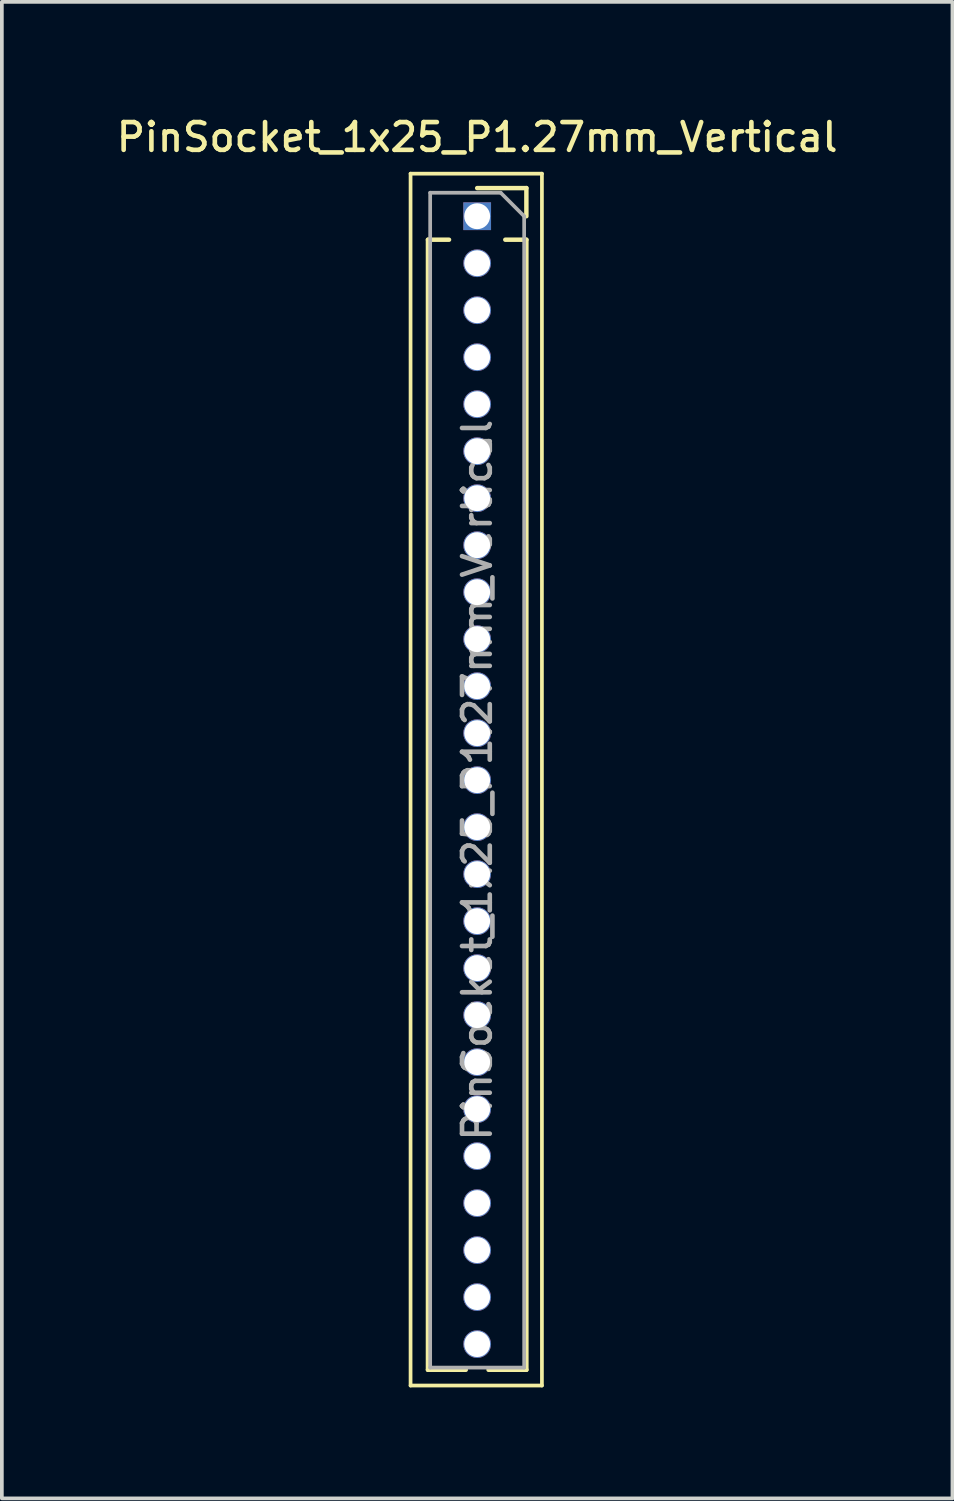
<source format=kicad_pcb>
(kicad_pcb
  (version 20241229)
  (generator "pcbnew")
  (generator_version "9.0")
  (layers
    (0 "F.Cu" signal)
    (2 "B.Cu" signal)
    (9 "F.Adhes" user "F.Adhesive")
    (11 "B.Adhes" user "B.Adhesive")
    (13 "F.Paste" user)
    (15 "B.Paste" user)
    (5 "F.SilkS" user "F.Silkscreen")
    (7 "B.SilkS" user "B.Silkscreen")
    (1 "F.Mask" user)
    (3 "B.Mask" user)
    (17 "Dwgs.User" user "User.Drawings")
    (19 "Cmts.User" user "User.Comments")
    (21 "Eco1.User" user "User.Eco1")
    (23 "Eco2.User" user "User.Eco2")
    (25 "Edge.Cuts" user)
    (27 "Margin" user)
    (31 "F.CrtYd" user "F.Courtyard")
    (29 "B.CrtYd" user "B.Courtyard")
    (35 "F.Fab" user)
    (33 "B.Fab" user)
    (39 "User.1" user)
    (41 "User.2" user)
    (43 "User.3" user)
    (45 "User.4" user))
  (footprint "PinSocket_1x25_P1.27mm_Vertical"
    (layer "F.Cu")
    (at 9.845 2.793)
    (property "Reference" "PinSocket_1x25_P1.27mm_Vertical" (at 0 -2.135 0) (layer "F.SilkS") (effects (font (size 0.75 0.75) (thickness 0.125))))
    (attr through_hole)
    (fp_line (start -1.8 -1.15) (end 1.75 -1.15) (stroke (width 0.1) (type solid)) (layer "F.SilkS"))
    (fp_line (start -1.8 31.6) (end -1.8 -1.15) (stroke (width 0.1) (type solid)) (layer "F.SilkS"))
    (fp_line (start -1.33 0.635) (end -1.33 31.175) (stroke (width 0.12) (type solid)) (layer "F.SilkS"))
    (fp_line (start -1.33 0.635) (end -0.76 0.635) (stroke (width 0.12) (type solid)) (layer "F.SilkS"))
    (fp_line (start -1.33 31.175) (end -0.308 31.175) (stroke (width 0.12) (type solid)) (layer "F.SilkS"))
    (fp_line (start 0 -0.76) (end 1.33 -0.76) (stroke (width 0.12) (type solid)) (layer "F.SilkS"))
    (fp_line (start 0.308 31.175) (end 1.33 31.175) (stroke (width 0.12) (type solid)) (layer "F.SilkS"))
    (fp_line (start 0.76 0.635) (end 1.33 0.635) (stroke (width 0.12) (type solid)) (layer "F.SilkS"))
    (fp_line (start 1.33 -0.76) (end 1.33 0) (stroke (width 0.12) (type solid)) (layer "F.SilkS"))
    (fp_line (start 1.33 0.635) (end 1.33 31.175) (stroke (width 0.12) (type solid)) (layer "F.SilkS"))
    (fp_line (start 1.75 -1.15) (end 1.75 31.6) (stroke (width 0.1) (type solid)) (layer "F.SilkS"))
    (fp_line (start 1.75 31.6) (end -1.8 31.6) (stroke (width 0.1) (type solid)) (layer "F.SilkS"))
    (fp_line (start -1.27 -0.635) (end 0.635 -0.635) (stroke (width 0.1) (type solid)) (layer "F.Fab"))
    (fp_line (start -1.27 31.115) (end -1.27 -0.635) (stroke (width 0.1) (type solid)) (layer "F.Fab"))
    (fp_line (start 0.635 -0.635) (end 1.27 0) (stroke (width 0.1) (type solid)) (layer "F.Fab"))
    (fp_line (start 1.27 0) (end 1.27 31.115) (stroke (width 0.1) (type solid)) (layer "F.Fab"))
    (fp_line (start 1.27 31.115) (end -1.27 31.115) (stroke (width 0.1) (type solid)) (layer "F.Fab"))
    (fp_text user "${REFERENCE}" (at 0 15.24 90) (layer "F.Fab") (effects (font (size 0.75 0.75) (thickness 0.125))))
    (pad "1" thru_hole rect (at 0 0) (size 0.75 0.75) (drill 0.7) (layers "*.Cu" "*.Mask"))
    (pad "2" thru_hole oval (at 0 1.27) (size 0.75 0.75) (drill 0.7) (layers "*.Cu" "*.Mask"))
    (pad "3" thru_hole oval (at 0 2.54) (size 0.75 0.75) (drill 0.7) (layers "*.Cu" "*.Mask"))
    (pad "4" thru_hole oval (at 0 3.81) (size 0.75 0.75) (drill 0.7) (layers "*.Cu" "*.Mask"))
    (pad "5" thru_hole oval (at 0 5.08) (size 0.75 0.75) (drill 0.7) (layers "*.Cu" "*.Mask"))
    (pad "6" thru_hole oval (at 0 6.35) (size 0.75 0.75) (drill 0.7) (layers "*.Cu" "*.Mask"))
    (pad "7" thru_hole oval (at 0 7.62) (size 0.75 0.75) (drill 0.7) (layers "*.Cu" "*.Mask"))
    (pad "8" thru_hole oval (at 0 8.89) (size 0.75 0.75) (drill 0.7) (layers "*.Cu" "*.Mask"))
    (pad "9" thru_hole oval (at 0 10.16) (size 0.75 0.75) (drill 0.7) (layers "*.Cu" "*.Mask"))
    (pad "10" thru_hole oval (at 0 11.43) (size 0.75 0.75) (drill 0.7) (layers "*.Cu" "*.Mask"))
    (pad "11" thru_hole oval (at 0 12.7) (size 0.75 0.75) (drill 0.7) (layers "*.Cu" "*.Mask"))
    (pad "12" thru_hole oval (at 0 13.97) (size 0.75 0.75) (drill 0.7) (layers "*.Cu" "*.Mask"))
    (pad "13" thru_hole oval (at 0 15.24) (size 0.75 0.75) (drill 0.7) (layers "*.Cu" "*.Mask"))
    (pad "14" thru_hole oval (at 0 16.51) (size 0.75 0.75) (drill 0.7) (layers "*.Cu" "*.Mask"))
    (pad "15" thru_hole oval (at 0 17.78) (size 0.75 0.75) (drill 0.7) (layers "*.Cu" "*.Mask"))
    (pad "16" thru_hole oval (at 0 19.05) (size 0.75 0.75) (drill 0.7) (layers "*.Cu" "*.Mask"))
    (pad "17" thru_hole oval (at 0 20.32) (size 0.75 0.75) (drill 0.7) (layers "*.Cu" "*.Mask"))
    (pad "18" thru_hole oval (at 0 21.59) (size 0.75 0.75) (drill 0.7) (layers "*.Cu" "*.Mask"))
    (pad "19" thru_hole oval (at 0 22.86) (size 0.75 0.75) (drill 0.7) (layers "*.Cu" "*.Mask"))
    (pad "20" thru_hole oval (at 0 24.13) (size 0.75 0.75) (drill 0.7) (layers "*.Cu" "*.Mask"))
    (pad "21" thru_hole oval (at 0 25.4) (size 0.75 0.75) (drill 0.7) (layers "*.Cu" "*.Mask"))
    (pad "22" thru_hole oval (at 0 26.67) (size 0.75 0.75) (drill 0.7) (layers "*.Cu" "*.Mask"))
    (pad "23" thru_hole oval (at 0 27.94) (size 0.75 0.75) (drill 0.7) (layers "*.Cu" "*.Mask"))
    (pad "24" thru_hole oval (at 0 29.21) (size 0.75 0.75) (drill 0.7) (layers "*.Cu" "*.Mask"))
    (pad "25" thru_hole oval (at 0 30.48) (size 0.75 0.75) (drill 0.7) (layers "*.Cu" "*.Mask")))
  (gr_rect
    (start -3 -3)
    (end 22.689 37.443)
    (stroke (width 0.1) (type default))
    (fill no)
    (layer "Edge.Cuts")))
</source>
